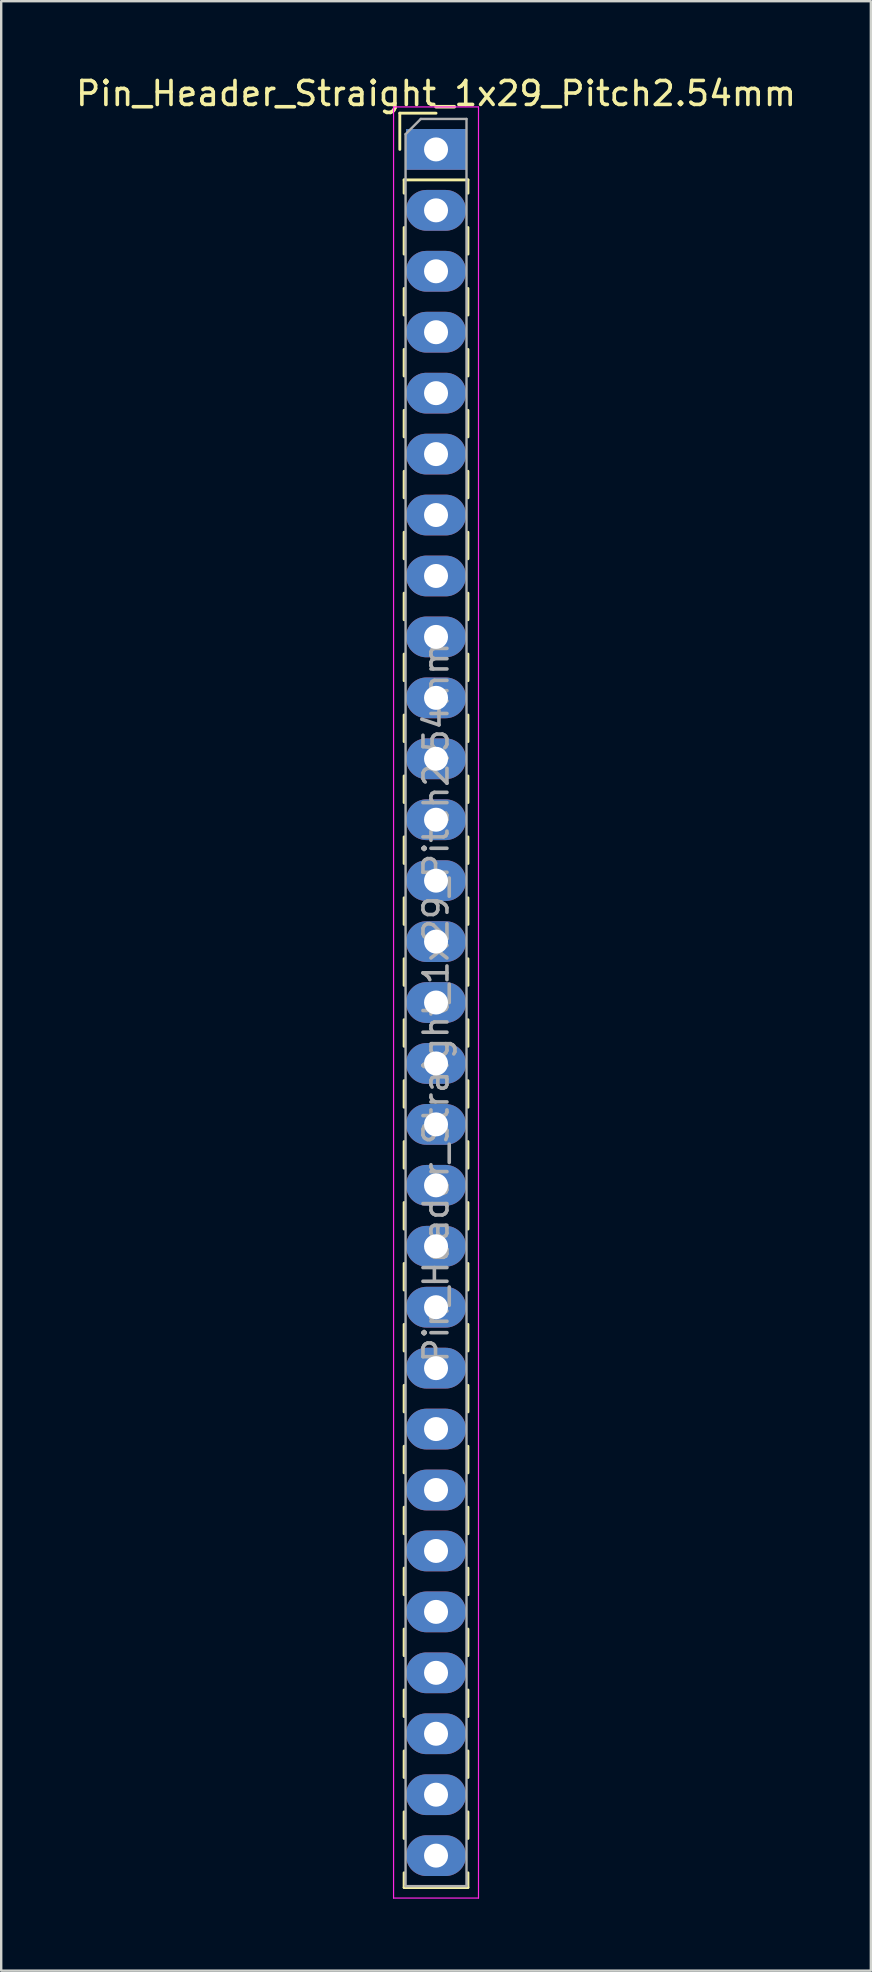
<source format=kicad_pcb>
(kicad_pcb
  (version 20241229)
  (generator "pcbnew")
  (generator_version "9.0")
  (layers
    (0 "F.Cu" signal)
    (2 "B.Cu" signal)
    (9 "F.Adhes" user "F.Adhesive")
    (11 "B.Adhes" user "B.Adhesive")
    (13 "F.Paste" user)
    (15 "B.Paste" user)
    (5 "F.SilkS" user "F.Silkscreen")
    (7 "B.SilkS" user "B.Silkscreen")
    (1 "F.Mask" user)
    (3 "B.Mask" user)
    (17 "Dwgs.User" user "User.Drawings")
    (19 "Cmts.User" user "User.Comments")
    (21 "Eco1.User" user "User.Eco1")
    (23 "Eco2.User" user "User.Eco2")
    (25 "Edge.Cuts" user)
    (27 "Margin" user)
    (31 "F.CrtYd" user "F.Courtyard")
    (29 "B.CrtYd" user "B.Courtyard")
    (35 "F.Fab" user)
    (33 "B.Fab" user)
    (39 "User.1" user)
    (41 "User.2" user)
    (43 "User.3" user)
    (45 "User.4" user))
  (footprint "Pin_Header_Straight_1x29_Pitch2.54mm"
    (layer "F.Cu")
    (at 15.125 3.178)
    (property "Reference" "Pin_Header_Straight_1x29_Pitch2.54mm" (at 0 -2.33 0) (layer "F.SilkS") (effects (font (size 1 1) (thickness 0.15))))
    (attr through_hole)
    (fp_line (start -1.51 -1.51) (end 0 -1.51) (stroke (width 0.12) (type solid)) (layer "F.SilkS"))
    (fp_line (start -1.51 0) (end -1.51 -1.51) (stroke (width 0.12) (type solid)) (layer "F.SilkS"))
    (fp_line (start -1.33 1.27) (end -1.33 1.825) (stroke (width 0.12) (type solid)) (layer "F.SilkS"))
    (fp_line (start -1.33 1.27) (end 1.33 1.27) (stroke (width 0.12) (type solid)) (layer "F.SilkS"))
    (fp_line (start -1.33 3.255) (end -1.33 4.365) (stroke (width 0.12) (type solid)) (layer "F.SilkS"))
    (fp_line (start -1.33 5.795) (end -1.33 6.905) (stroke (width 0.12) (type solid)) (layer "F.SilkS"))
    (fp_line (start -1.33 8.335) (end -1.33 9.445) (stroke (width 0.12) (type solid)) (layer "F.SilkS"))
    (fp_line (start -1.33 10.875) (end -1.33 11.985) (stroke (width 0.12) (type solid)) (layer "F.SilkS"))
    (fp_line (start -1.33 13.415) (end -1.33 14.525) (stroke (width 0.12) (type solid)) (layer "F.SilkS"))
    (fp_line (start -1.33 15.955) (end -1.33 17.065) (stroke (width 0.12) (type solid)) (layer "F.SilkS"))
    (fp_line (start -1.33 18.495) (end -1.33 19.605) (stroke (width 0.12) (type solid)) (layer "F.SilkS"))
    (fp_line (start -1.33 21.035) (end -1.33 22.145) (stroke (width 0.12) (type solid)) (layer "F.SilkS"))
    (fp_line (start -1.33 23.575) (end -1.33 24.685) (stroke (width 0.12) (type solid)) (layer "F.SilkS"))
    (fp_line (start -1.33 26.115) (end -1.33 27.225) (stroke (width 0.12) (type solid)) (layer "F.SilkS"))
    (fp_line (start -1.33 28.655) (end -1.33 29.765) (stroke (width 0.12) (type solid)) (layer "F.SilkS"))
    (fp_line (start -1.33 31.195) (end -1.33 32.305) (stroke (width 0.12) (type solid)) (layer "F.SilkS"))
    (fp_line (start -1.33 33.735) (end -1.33 34.845) (stroke (width 0.12) (type solid)) (layer "F.SilkS"))
    (fp_line (start -1.33 36.275) (end -1.33 37.385) (stroke (width 0.12) (type solid)) (layer "F.SilkS"))
    (fp_line (start -1.33 38.815) (end -1.33 39.925) (stroke (width 0.12) (type solid)) (layer "F.SilkS"))
    (fp_line (start -1.33 41.355) (end -1.33 42.465) (stroke (width 0.12) (type solid)) (layer "F.SilkS"))
    (fp_line (start -1.33 43.895) (end -1.33 45.005) (stroke (width 0.12) (type solid)) (layer "F.SilkS"))
    (fp_line (start -1.33 46.435) (end -1.33 47.545) (stroke (width 0.12) (type solid)) (layer "F.SilkS"))
    (fp_line (start -1.33 48.975) (end -1.33 50.085) (stroke (width 0.12) (type solid)) (layer "F.SilkS"))
    (fp_line (start -1.33 51.515) (end -1.33 52.625) (stroke (width 0.12) (type solid)) (layer "F.SilkS"))
    (fp_line (start -1.33 54.055) (end -1.33 55.165) (stroke (width 0.12) (type solid)) (layer "F.SilkS"))
    (fp_line (start -1.33 56.595) (end -1.33 57.705) (stroke (width 0.12) (type solid)) (layer "F.SilkS"))
    (fp_line (start -1.33 59.135) (end -1.33 60.245) (stroke (width 0.12) (type solid)) (layer "F.SilkS"))
    (fp_line (start -1.33 61.675) (end -1.33 62.785) (stroke (width 0.12) (type solid)) (layer "F.SilkS"))
    (fp_line (start -1.33 64.215) (end -1.33 65.325) (stroke (width 0.12) (type solid)) (layer "F.SilkS"))
    (fp_line (start -1.33 66.755) (end -1.33 67.865) (stroke (width 0.12) (type solid)) (layer "F.SilkS"))
    (fp_line (start -1.33 69.295) (end -1.33 70.405) (stroke (width 0.12) (type solid)) (layer "F.SilkS"))
    (fp_line (start -1.33 71.835) (end -1.33 72.45) (stroke (width 0.12) (type solid)) (layer "F.SilkS"))
    (fp_line (start -1.33 72.45) (end 1.33 72.45) (stroke (width 0.12) (type solid)) (layer "F.SilkS"))
    (fp_line (start 1.33 1.27) (end 1.33 1.825) (stroke (width 0.12) (type solid)) (layer "F.SilkS"))
    (fp_line (start 1.33 3.255) (end 1.33 4.365) (stroke (width 0.12) (type solid)) (layer "F.SilkS"))
    (fp_line (start 1.33 5.795) (end 1.33 6.905) (stroke (width 0.12) (type solid)) (layer "F.SilkS"))
    (fp_line (start 1.33 8.335) (end 1.33 9.445) (stroke (width 0.12) (type solid)) (layer "F.SilkS"))
    (fp_line (start 1.33 10.875) (end 1.33 11.985) (stroke (width 0.12) (type solid)) (layer "F.SilkS"))
    (fp_line (start 1.33 13.415) (end 1.33 14.525) (stroke (width 0.12) (type solid)) (layer "F.SilkS"))
    (fp_line (start 1.33 15.955) (end 1.33 17.065) (stroke (width 0.12) (type solid)) (layer "F.SilkS"))
    (fp_line (start 1.33 18.495) (end 1.33 19.605) (stroke (width 0.12) (type solid)) (layer "F.SilkS"))
    (fp_line (start 1.33 21.035) (end 1.33 22.145) (stroke (width 0.12) (type solid)) (layer "F.SilkS"))
    (fp_line (start 1.33 23.575) (end 1.33 24.685) (stroke (width 0.12) (type solid)) (layer "F.SilkS"))
    (fp_line (start 1.33 26.115) (end 1.33 27.225) (stroke (width 0.12) (type solid)) (layer "F.SilkS"))
    (fp_line (start 1.33 28.655) (end 1.33 29.765) (stroke (width 0.12) (type solid)) (layer "F.SilkS"))
    (fp_line (start 1.33 31.195) (end 1.33 32.305) (stroke (width 0.12) (type solid)) (layer "F.SilkS"))
    (fp_line (start 1.33 33.735) (end 1.33 34.845) (stroke (width 0.12) (type solid)) (layer "F.SilkS"))
    (fp_line (start 1.33 36.275) (end 1.33 37.385) (stroke (width 0.12) (type solid)) (layer "F.SilkS"))
    (fp_line (start 1.33 38.815) (end 1.33 39.925) (stroke (width 0.12) (type solid)) (layer "F.SilkS"))
    (fp_line (start 1.33 41.355) (end 1.33 42.465) (stroke (width 0.12) (type solid)) (layer "F.SilkS"))
    (fp_line (start 1.33 43.895) (end 1.33 45.005) (stroke (width 0.12) (type solid)) (layer "F.SilkS"))
    (fp_line (start 1.33 46.435) (end 1.33 47.545) (stroke (width 0.12) (type solid)) (layer "F.SilkS"))
    (fp_line (start 1.33 48.975) (end 1.33 50.085) (stroke (width 0.12) (type solid)) (layer "F.SilkS"))
    (fp_line (start 1.33 51.515) (end 1.33 52.625) (stroke (width 0.12) (type solid)) (layer "F.SilkS"))
    (fp_line (start 1.33 54.055) (end 1.33 55.165) (stroke (width 0.12) (type solid)) (layer "F.SilkS"))
    (fp_line (start 1.33 56.595) (end 1.33 57.705) (stroke (width 0.12) (type solid)) (layer "F.SilkS"))
    (fp_line (start 1.33 59.135) (end 1.33 60.245) (stroke (width 0.12) (type solid)) (layer "F.SilkS"))
    (fp_line (start 1.33 61.675) (end 1.33 62.785) (stroke (width 0.12) (type solid)) (layer "F.SilkS"))
    (fp_line (start 1.33 64.215) (end 1.33 65.325) (stroke (width 0.12) (type solid)) (layer "F.SilkS"))
    (fp_line (start 1.33 66.755) (end 1.33 67.865) (stroke (width 0.12) (type solid)) (layer "F.SilkS"))
    (fp_line (start 1.33 69.295) (end 1.33 70.405) (stroke (width 0.12) (type solid)) (layer "F.SilkS"))
    (fp_line (start 1.33 71.835) (end 1.33 72.45) (stroke (width 0.12) (type solid)) (layer "F.SilkS"))
    (fp_line (start -1.77 -1.77) (end -1.77 72.89) (stroke (width 0.05) (type solid)) (layer "F.CrtYd"))
    (fp_line (start -1.77 72.89) (end 1.77 72.89) (stroke (width 0.05) (type solid)) (layer "F.CrtYd"))
    (fp_line (start 1.77 -1.77) (end -1.77 -1.77) (stroke (width 0.05) (type solid)) (layer "F.CrtYd"))
    (fp_line (start 1.77 72.89) (end 1.77 -1.77) (stroke (width 0.05) (type solid)) (layer "F.CrtYd"))
    (fp_line (start -1.27 -0.635) (end -0.635 -1.27) (stroke (width 0.1) (type solid)) (layer "F.Fab"))
    (fp_line (start -1.27 72.39) (end -1.27 -0.635) (stroke (width 0.1) (type solid)) (layer "F.Fab"))
    (fp_line (start -0.635 -1.27) (end 1.27 -1.27) (stroke (width 0.1) (type solid)) (layer "F.Fab"))
    (fp_line (start 1.27 -1.27) (end 1.27 72.39) (stroke (width 0.1) (type solid)) (layer "F.Fab"))
    (fp_line (start 1.27 72.39) (end -1.27 72.39) (stroke (width 0.1) (type solid)) (layer "F.Fab"))
    (fp_text user "${REFERENCE}" (at 0 35.56 90) (layer "F.Fab") (effects (font (size 1 1) (thickness 0.15))))
    (pad "1" thru_hole rect (at 0 0) (size 2.5 1.7) (drill 1) (layers "*.Cu" "*.Mask"))
    (pad "2" thru_hole oval (at 0 2.54) (size 2.5 1.7) (drill 1) (layers "*.Cu" "*.Mask"))
    (pad "3" thru_hole oval (at 0 5.08) (size 2.5 1.7) (drill 1) (layers "*.Cu" "*.Mask"))
    (pad "4" thru_hole oval (at 0 7.62) (size 2.5 1.7) (drill 1) (layers "*.Cu" "*.Mask"))
    (pad "5" thru_hole oval (at 0 10.16) (size 2.5 1.7) (drill 1) (layers "*.Cu" "*.Mask"))
    (pad "6" thru_hole oval (at 0 12.7) (size 2.5 1.7) (drill 1) (layers "*.Cu" "*.Mask"))
    (pad "7" thru_hole oval (at 0 15.24) (size 2.5 1.7) (drill 1) (layers "*.Cu" "*.Mask"))
    (pad "8" thru_hole oval (at 0 17.78) (size 2.5 1.7) (drill 1) (layers "*.Cu" "*.Mask"))
    (pad "9" thru_hole oval (at 0 20.32) (size 2.5 1.7) (drill 1) (layers "*.Cu" "*.Mask"))
    (pad "10" thru_hole oval (at 0 22.86) (size 2.5 1.7) (drill 1) (layers "*.Cu" "*.Mask"))
    (pad "11" thru_hole oval (at 0 25.4) (size 2.5 1.7) (drill 1) (layers "*.Cu" "*.Mask"))
    (pad "12" thru_hole oval (at 0 27.94) (size 2.5 1.7) (drill 1) (layers "*.Cu" "*.Mask"))
    (pad "13" thru_hole oval (at 0 30.48) (size 2.5 1.7) (drill 1) (layers "*.Cu" "*.Mask"))
    (pad "14" thru_hole oval (at 0 33.02) (size 2.5 1.7) (drill 1) (layers "*.Cu" "*.Mask"))
    (pad "15" thru_hole oval (at 0 35.56) (size 2.5 1.7) (drill 1) (layers "*.Cu" "*.Mask"))
    (pad "16" thru_hole oval (at 0 38.1) (size 2.5 1.7) (drill 1) (layers "*.Cu" "*.Mask"))
    (pad "17" thru_hole oval (at 0 40.64) (size 2.5 1.7) (drill 1) (layers "*.Cu" "*.Mask"))
    (pad "18" thru_hole oval (at 0 43.18) (size 2.5 1.7) (drill 1) (layers "*.Cu" "*.Mask"))
    (pad "19" thru_hole oval (at 0 45.72) (size 2.5 1.7) (drill 1) (layers "*.Cu" "*.Mask"))
    (pad "20" thru_hole oval (at 0 48.26) (size 2.5 1.7) (drill 1) (layers "*.Cu" "*.Mask"))
    (pad "21" thru_hole oval (at 0 50.8) (size 2.5 1.7) (drill 1) (layers "*.Cu" "*.Mask"))
    (pad "22" thru_hole oval (at 0 53.34) (size 2.5 1.7) (drill 1) (layers "*.Cu" "*.Mask"))
    (pad "23" thru_hole oval (at 0 55.88) (size 2.5 1.7) (drill 1) (layers "*.Cu" "*.Mask"))
    (pad "24" thru_hole oval (at 0 58.42) (size 2.5 1.7) (drill 1) (layers "*.Cu" "*.Mask"))
    (pad "25" thru_hole oval (at 0 60.96) (size 2.5 1.7) (drill 1) (layers "*.Cu" "*.Mask"))
    (pad "26" thru_hole oval (at 0 63.5) (size 2.5 1.7) (drill 1) (layers "*.Cu" "*.Mask"))
    (pad "27" thru_hole oval (at 0 66.04) (size 2.5 1.7) (drill 1) (layers "*.Cu" "*.Mask"))
    (pad "28" thru_hole oval (at 0 68.58) (size 2.5 1.7) (drill 1) (layers "*.Cu" "*.Mask"))
    (pad "29" thru_hole oval (at 0 71.12) (size 2.5 1.7) (drill 1) (layers "*.Cu" "*.Mask")))
  (gr_rect
    (start -3 -3)
    (end 33.25 79.093)
    (stroke (width 0.1) (type default))
    (fill no)
    (layer "Edge.Cuts")))
</source>
